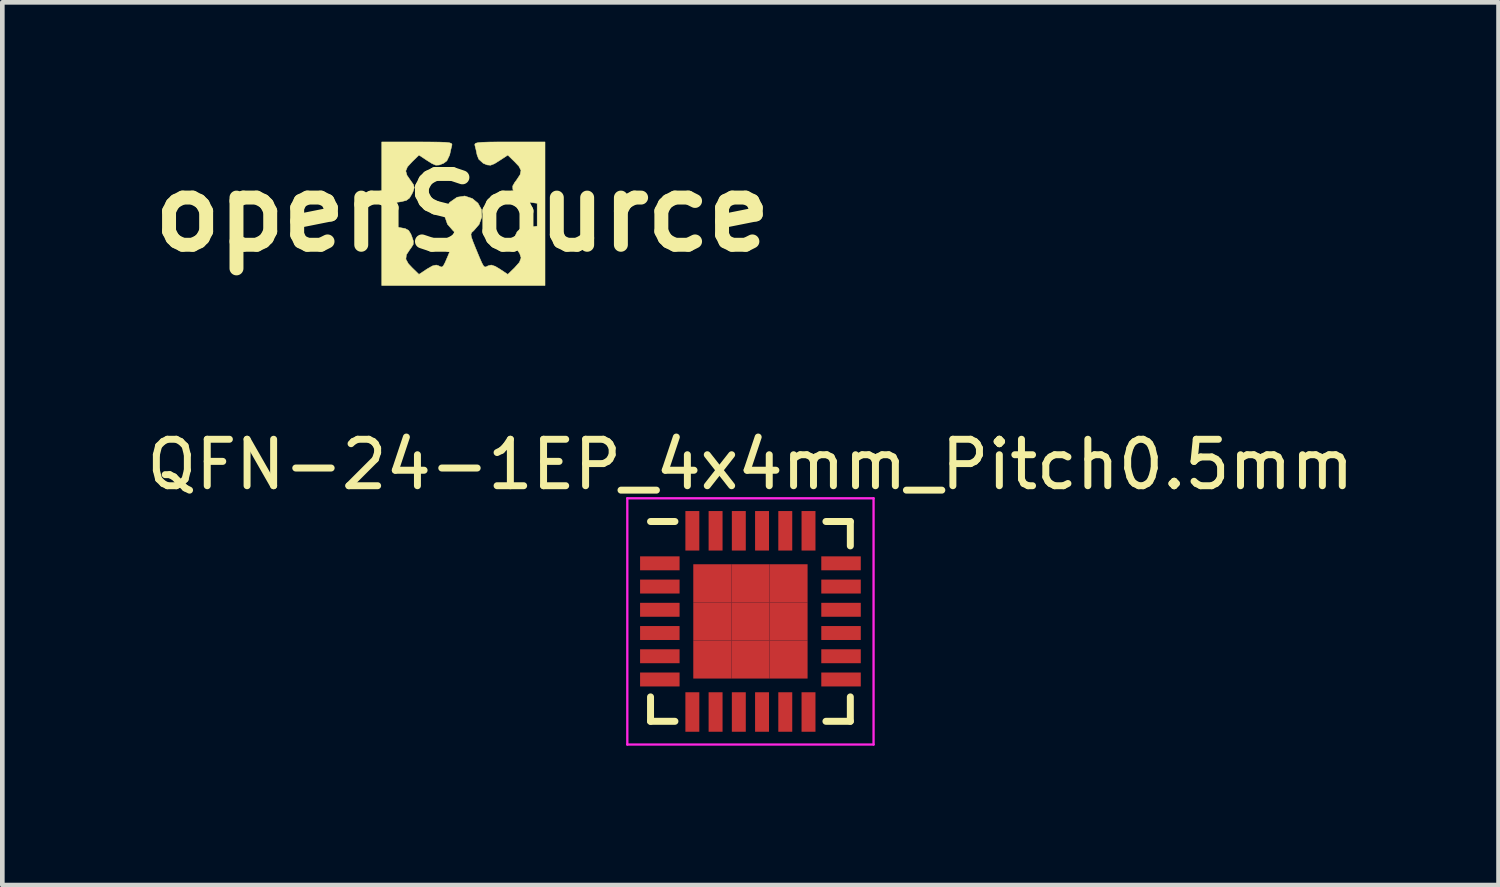
<source format=kicad_pcb>
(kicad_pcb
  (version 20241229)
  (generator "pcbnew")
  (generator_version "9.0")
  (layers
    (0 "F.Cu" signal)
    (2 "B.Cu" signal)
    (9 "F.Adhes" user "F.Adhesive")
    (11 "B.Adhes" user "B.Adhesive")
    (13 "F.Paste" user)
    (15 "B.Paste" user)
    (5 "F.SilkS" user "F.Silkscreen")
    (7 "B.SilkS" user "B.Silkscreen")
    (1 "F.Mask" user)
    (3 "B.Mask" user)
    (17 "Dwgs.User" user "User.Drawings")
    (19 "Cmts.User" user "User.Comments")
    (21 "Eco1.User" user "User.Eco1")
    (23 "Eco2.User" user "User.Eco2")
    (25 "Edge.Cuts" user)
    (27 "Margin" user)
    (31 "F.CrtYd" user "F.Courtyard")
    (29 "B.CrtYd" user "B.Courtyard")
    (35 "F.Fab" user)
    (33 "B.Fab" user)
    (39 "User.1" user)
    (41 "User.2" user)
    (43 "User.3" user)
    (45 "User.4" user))
  (footprint "openSource"
    (layer "F.Cu")
    (at 6.902 1.529)
    (property "Reference" "openSource" (at 0 0 0) (layer "F.SilkS") (effects (font (size 1.524 1.524) (thickness 0.3))))
    (attr through_hole)
    (fp_poly (pts (xy -0.699 -1.523) (xy -0.501 -1.521) (xy -0.365 -1.516) (xy -0.281 -1.507) (xy -0.238 -1.492) (xy -0.224 -1.472) (xy -0.227 -1.45) (xy -0.25 -1.355) (xy -0.274 -1.244) (xy -0.335 -1.117) (xy -0.406 -1.064) (xy -0.499 -1.028) (xy -0.572 -1.024) (xy -0.656 -1.06) (xy -0.765 -1.129) (xy -0.935 -1.241) (xy -1.081 -1.099) (xy -1.183 -0.988) (xy -1.219 -0.899) (xy -1.193 -0.806) (xy -1.12 -0.7) (xy -1.054 -0.607) (xy -1.036 -0.541) (xy -1.06 -0.461) (xy -1.084 -0.41) (xy -1.139 -0.316) (xy -1.207 -0.266) (xy -1.319 -0.238) (xy -1.361 -0.232) (xy -1.566 -0.204) (xy -1.566 0.288) (xy -1.36 0.317) (xy -1.232 0.34) (xy -1.159 0.379) (xy -1.112 0.453) (xy -1.091 0.504) (xy -1.055 0.611) (xy -1.059 0.683) (xy -1.108 0.761) (xy -1.128 0.786) (xy -1.205 0.902) (xy -1.217 0.998) (xy -1.163 1.097) (xy -1.081 1.184) (xy -0.935 1.326) (xy -0.763 1.212) (xy -0.645 1.144) (xy -0.564 1.125) (xy -0.51 1.142) (xy -0.469 1.163) (xy -0.438 1.167) (xy -0.409 1.14) (xy -0.372 1.07) (xy -0.318 0.945) (xy -0.253 0.788) (xy -0.186 0.626) (xy -0.15 0.524) (xy -0.142 0.462) (xy -0.159 0.423) (xy -0.198 0.388) (xy -0.2 0.386) (xy -0.322 0.246) (xy -0.377 0.085) (xy -0.363 -0.077) (xy -0.277 -0.22) (xy -0.274 -0.223) (xy -0.115 -0.334) (xy 0.05 -0.361) (xy 0.214 -0.306) (xy 0.335 -0.206) (xy 0.41 -0.069) (xy 0.417 0.091) (xy 0.36 0.25) (xy 0.243 0.386) (xy 0.243 0.386) (xy 0.202 0.422) (xy 0.184 0.46) (xy 0.192 0.52) (xy 0.227 0.62) (xy 0.291 0.779) (xy 0.295 0.788) (xy 0.37 0.969) (xy 0.421 1.084) (xy 0.456 1.146) (xy 0.485 1.168) (xy 0.517 1.161) (xy 0.552 1.142) (xy 0.621 1.125) (xy 0.707 1.153) (xy 0.805 1.212) (xy 0.977 1.326) (xy 1.123 1.184) (xy 1.227 1.067) (xy 1.263 0.971) (xy 1.232 0.873) (xy 1.17 0.786) (xy 1.109 0.7) (xy 1.094 0.63) (xy 1.121 0.536) (xy 1.133 0.504) (xy 1.179 0.407) (xy 1.237 0.354) (xy 1.336 0.327) (xy 1.402 0.317) (xy 1.609 0.288) (xy 1.609 -0.204) (xy 1.403 -0.232) (xy 1.273 -0.257) (xy 1.197 -0.299) (xy 1.142 -0.379) (xy 1.127 -0.41) (xy 1.085 -0.508) (xy 1.083 -0.576) (xy 1.126 -0.652) (xy 1.163 -0.7) (xy 1.242 -0.82) (xy 1.261 -0.911) (xy 1.216 -1.001) (xy 1.123 -1.099) (xy 0.977 -1.241) (xy 0.807 -1.129) (xy 0.687 -1.054) (xy 0.606 -1.023) (xy 0.532 -1.03) (xy 0.449 -1.064) (xy 0.351 -1.153) (xy 0.316 -1.244) (xy 0.291 -1.363) (xy 0.269 -1.45) (xy 0.267 -1.476) (xy 0.286 -1.496) (xy 0.337 -1.509) (xy 0.43 -1.517) (xy 0.577 -1.522) (xy 0.789 -1.524) (xy 1.013 -1.524) (xy 1.778 -1.524) (xy 1.778 1.566) (xy -1.736 1.566) (xy -1.736 -1.524) (xy -0.971 -1.524) (xy -0.699 -1.523)) (stroke (width 0.01) (type solid)) (fill yes) (layer "F.SilkS")))
  (footprint "QFN-24-1EP_4x4mm_Pitch0.5mm"
    (layer "F.Cu")
    (at 13.101 10.324)
    (property "Reference" "QFN-24-1EP_4x4mm_Pitch0.5mm" (at 0 -3.375 0) (layer "F.SilkS") (effects (font (size 1 1) (thickness 0.15))))
    (attr smd)
    (fp_line (start -2.15 -2.15) (end -1.625 -2.15) (stroke (width 0.15) (type solid)) (layer "F.SilkS"))
    (fp_line (start -2.15 2.15) (end -2.15 1.625) (stroke (width 0.15) (type solid)) (layer "F.SilkS"))
    (fp_line (start -2.15 2.15) (end -1.625 2.15) (stroke (width 0.15) (type solid)) (layer "F.SilkS"))
    (fp_line (start 2.15 -2.15) (end 1.625 -2.15) (stroke (width 0.15) (type solid)) (layer "F.SilkS"))
    (fp_line (start 2.15 -2.15) (end 2.15 -1.625) (stroke (width 0.15) (type solid)) (layer "F.SilkS"))
    (fp_line (start 2.15 2.15) (end 1.625 2.15) (stroke (width 0.15) (type solid)) (layer "F.SilkS"))
    (fp_line (start 2.15 2.15) (end 2.15 1.625) (stroke (width 0.15) (type solid)) (layer "F.SilkS"))
    (fp_line (start -2.65 -2.65) (end -2.65 2.65) (stroke (width 0.05) (type solid)) (layer "F.CrtYd"))
    (fp_line (start -2.65 -2.65) (end 2.65 -2.65) (stroke (width 0.05) (type solid)) (layer "F.CrtYd"))
    (fp_line (start -2.65 2.65) (end 2.65 2.65) (stroke (width 0.05) (type solid)) (layer "F.CrtYd"))
    (fp_line (start 2.65 -2.65) (end 2.65 2.65) (stroke (width 0.05) (type solid)) (layer "F.CrtYd"))
    (pad "1" smd rect (at -1.95 -1.25) (size 0.85 0.3) (layers "F.Cu" "F.Mask" "F.Paste"))
    (pad "2" smd rect (at -1.95 -0.75) (size 0.85 0.3) (layers "F.Cu" "F.Mask" "F.Paste"))
    (pad "3" smd rect (at -1.95 -0.25) (size 0.85 0.3) (layers "F.Cu" "F.Mask" "F.Paste"))
    (pad "4" smd rect (at -1.95 0.25) (size 0.85 0.3) (layers "F.Cu" "F.Mask" "F.Paste"))
    (pad "5" smd rect (at -1.95 0.75) (size 0.85 0.3) (layers "F.Cu" "F.Mask" "F.Paste"))
    (pad "6" smd rect (at -1.95 1.25) (size 0.85 0.3) (layers "F.Cu" "F.Mask" "F.Paste"))
    (pad "7" smd rect (at -1.25 1.95 90) (size 0.85 0.3) (layers "F.Cu" "F.Mask" "F.Paste"))
    (pad "8" smd rect (at -0.75 1.95 90) (size 0.85 0.3) (layers "F.Cu" "F.Mask" "F.Paste"))
    (pad "9" smd rect (at -0.25 1.95 90) (size 0.85 0.3) (layers "F.Cu" "F.Mask" "F.Paste"))
    (pad "10" smd rect (at 0.25 1.95 90) (size 0.85 0.3) (layers "F.Cu" "F.Mask" "F.Paste"))
    (pad "11" smd rect (at 0.75 1.95 90) (size 0.85 0.3) (layers "F.Cu" "F.Mask" "F.Paste"))
    (pad "12" smd rect (at 1.25 1.95 90) (size 0.85 0.3) (layers "F.Cu" "F.Mask" "F.Paste"))
    (pad "13" smd rect (at 1.95 1.25) (size 0.85 0.3) (layers "F.Cu" "F.Mask" "F.Paste"))
    (pad "14" smd rect (at 1.95 0.75) (size 0.85 0.3) (layers "F.Cu" "F.Mask" "F.Paste"))
    (pad "15" smd rect (at 1.95 0.25) (size 0.85 0.3) (layers "F.Cu" "F.Mask" "F.Paste"))
    (pad "16" smd rect (at 1.95 -0.25) (size 0.85 0.3) (layers "F.Cu" "F.Mask" "F.Paste"))
    (pad "17" smd rect (at 1.95 -0.75) (size 0.85 0.3) (layers "F.Cu" "F.Mask" "F.Paste"))
    (pad "18" smd rect (at 1.95 -1.25) (size 0.85 0.3) (layers "F.Cu" "F.Mask" "F.Paste"))
    (pad "19" smd rect (at 1.25 -1.95 90) (size 0.85 0.3) (layers "F.Cu" "F.Mask" "F.Paste"))
    (pad "20" smd rect (at 0.75 -1.95 90) (size 0.85 0.3) (layers "F.Cu" "F.Mask" "F.Paste"))
    (pad "21" smd rect (at 0.25 -1.95 90) (size 0.85 0.3) (layers "F.Cu" "F.Mask" "F.Paste"))
    (pad "22" smd rect (at -0.25 -1.95 90) (size 0.85 0.3) (layers "F.Cu" "F.Mask" "F.Paste"))
    (pad "23" smd rect (at -0.75 -1.95 90) (size 0.85 0.3) (layers "F.Cu" "F.Mask" "F.Paste"))
    (pad "24" smd rect (at -1.25 -1.95 90) (size 0.85 0.3) (layers "F.Cu" "F.Mask" "F.Paste"))
    (pad "25" smd rect (at -0.82 -0.82) (size 0.82 0.82) (layers "F.Cu" "F.Mask" "F.Paste"))
    (pad "25" smd rect (at -0.82 0) (size 0.82 0.82) (layers "F.Cu" "F.Mask" "F.Paste"))
    (pad "25" smd rect (at -0.82 0.82) (size 0.82 0.82) (layers "F.Cu" "F.Mask" "F.Paste"))
    (pad "25" smd rect (at 0 -0.82) (size 0.82 0.82) (layers "F.Cu" "F.Mask" "F.Paste"))
    (pad "25" smd rect (at 0 0) (size 0.82 0.82) (layers "F.Cu" "F.Mask" "F.Paste"))
    (pad "25" smd rect (at 0 0.82) (size 0.82 0.82) (layers "F.Cu" "F.Mask" "F.Paste"))
    (pad "25" smd rect (at 0.82 -0.82) (size 0.82 0.82) (layers "F.Cu" "F.Mask" "F.Paste"))
    (pad "25" smd rect (at 0.82 0) (size 0.82 0.82) (layers "F.Cu" "F.Mask" "F.Paste"))
    (pad "25" smd rect (at 0.82 0.82) (size 0.82 0.82) (layers "F.Cu" "F.Mask" "F.Paste")))
  (gr_rect
    (start -3 -3)
    (end 29.202 15.999)
    (stroke (width 0.1) (type default))
    (fill no)
    (layer "Edge.Cuts")))
</source>
